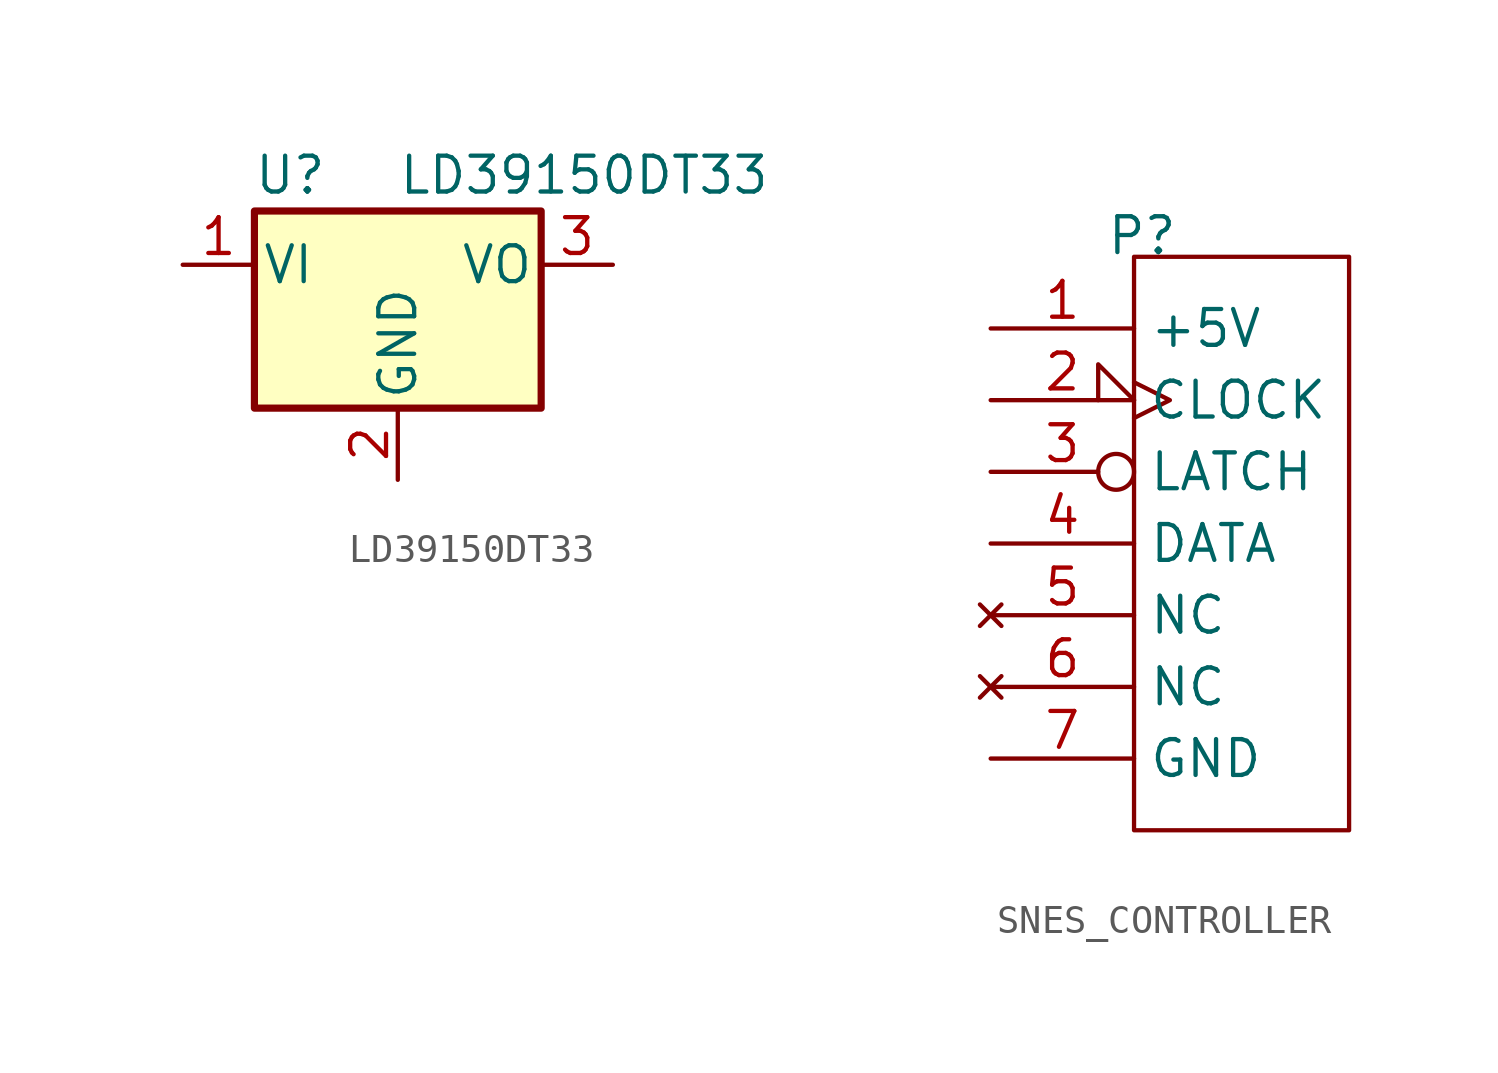
<source format=kicad_sym>
(kicad_symbol_lib
  (version 20220914)
  (generator kicad_symbol_editor)
  (symbol "LD39150DT33"
    (pin_names
      (offset 0.254))
    (property "Reference" "U"
      (at -3.81 3.175 0)
      (effects (font (size 1.27 1.27))))
    (property "Value" "LD39150DT33"
      (at 0 3.175 0)
      (effects (font (size 1.27 1.27)) (justify left)))
    (symbol "LD39150DT33_0_1"
      (rectangle (start -5.08 -5.08) (end 5.08 1.905) (stroke (width 0.254) (type default)) (fill (type background))))
    (symbol "LD39150DT33_1_1"
      (pin power_in line (at -7.62 0 0) (length 2.54) (name "VI" (effects (font (size 1.27 1.27)))) (number "1" (effects (font (size 1.27 1.27)))))
      (pin power_in line (at 0 -7.62 90) (length 2.54) (name "GND" (effects (font (size 1.27 1.27)))) (number "2" (effects (font (size 1.27 1.27)))))
      (pin power_out line (at 7.62 0 180) (length 2.54) (name "VO" (effects (font (size 1.27 1.27)))) (number "3" (effects (font (size 1.27 1.27)))))))
  (symbol "SNES_CONTROLLER"
    (property "Reference" "P"
      (at 0.287 -1.793 0)
      (effects (font (size 1.27 1.27))))
    (property "Value" ""
      (at 0 0 0)
      (effects (font (size 1.27 1.27))))
    (symbol "SNES_CONTROLLER_0_1"
      (rectangle (start 0 -2.54) (end 7.62 -22.86) (stroke (width 0) (type default)) (fill (type none))))
    (symbol "SNES_CONTROLLER_1_1"
      (pin power_in line (at -5.08 -5.08 0) (length 5.08) (name "+5V" (effects (font (size 1.27 1.27)))) (number "1" (effects (font (size 1.27 1.27)))))
      (pin input clock_low (at -5.08 -7.62 0) (length 5.08) (name "CLOCK" (effects (font (size 1.27 1.27)))) (number "2" (effects (font (size 1.27 1.27)))))
      (pin input inverted (at -5.08 -10.16 0) (length 5.08) (name "LATCH" (effects (font (size 1.27 1.27)))) (number "3" (effects (font (size 1.27 1.27)))))
      (pin input line (at -5.08 -12.7 0) (length 5.08) (name "DATA" (effects (font (size 1.27 1.27)))) (number "4" (effects (font (size 1.27 1.27)))))
      (pin no_connect line (at -5.08 -15.24 0) (length 5.08) (name "NC" (effects (font (size 1.27 1.27)))) (number "5" (effects (font (size 1.27 1.27)))))
      (pin no_connect line (at -5.08 -17.78 0) (length 5.08) (name "NC" (effects (font (size 1.27 1.27)))) (number "6" (effects (font (size 1.27 1.27)))))
      (pin power_in line (at -5.08 -20.32 0) (length 5.08) (name "GND" (effects (font (size 1.27 1.27)))) (number "7" (effects (font (size 1.27 1.27))))))))
</source>
